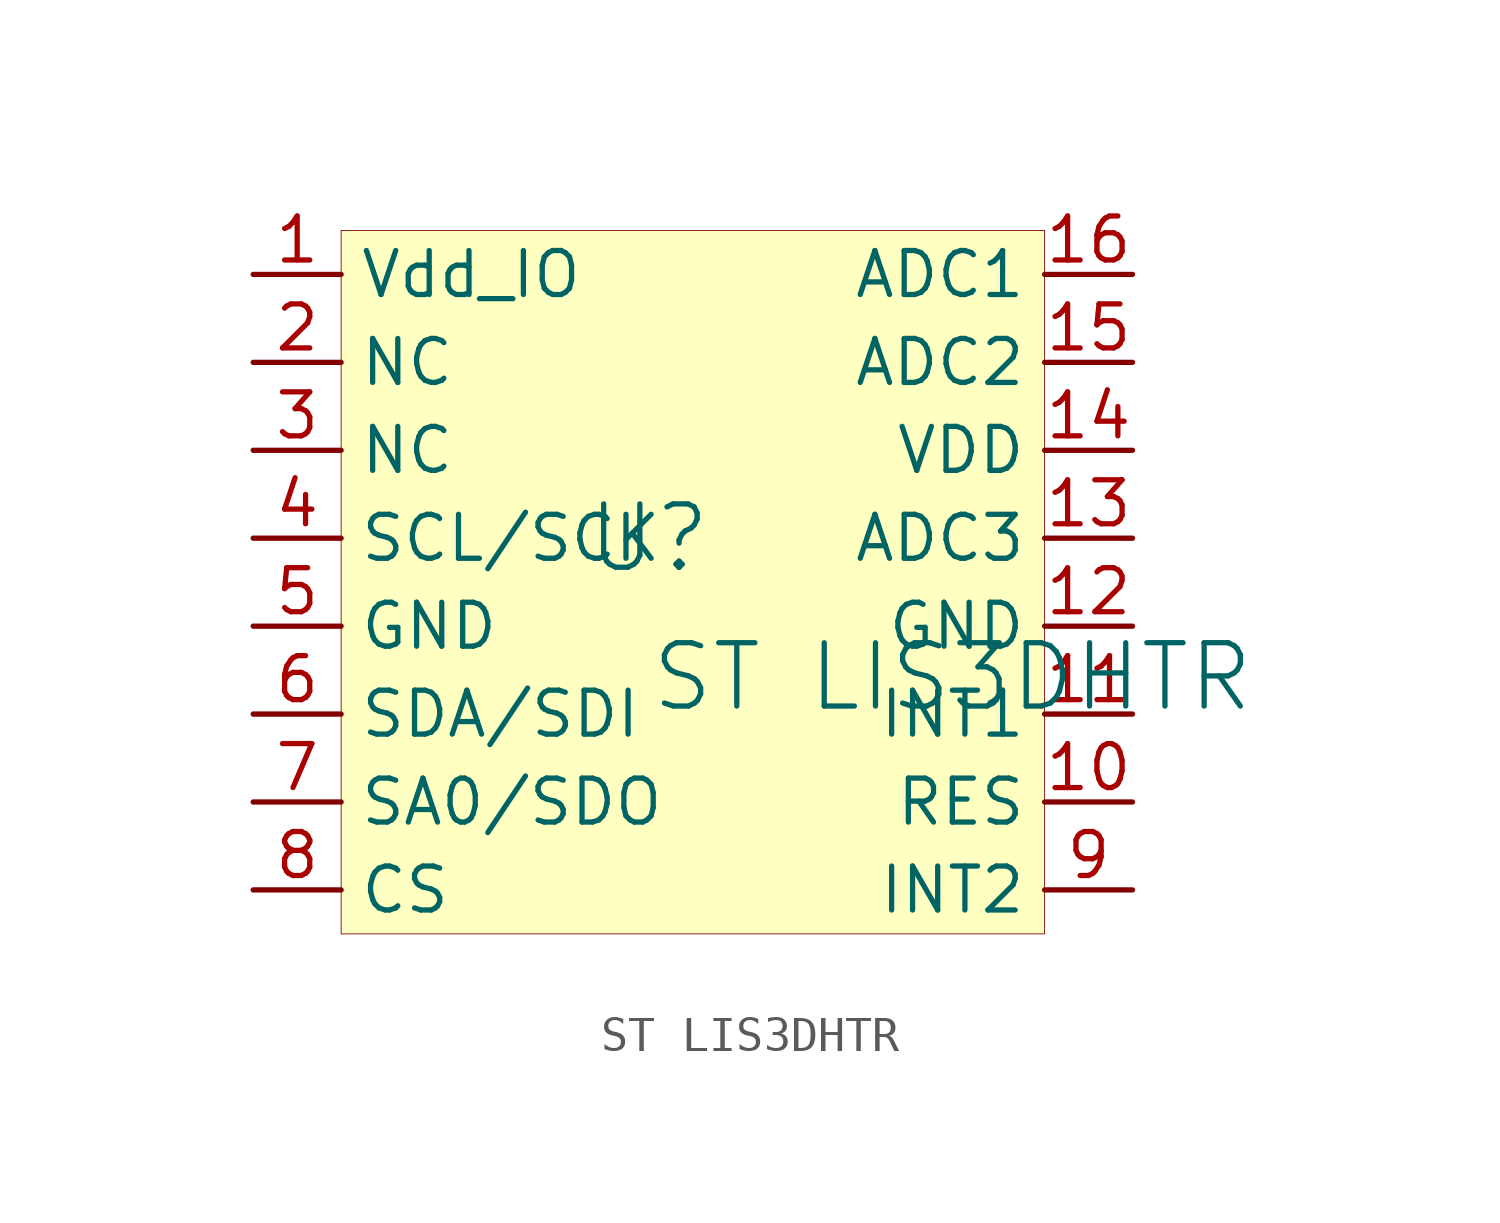
<source format=kicad_sym>
(kicad_symbol_lib
  (version 20241209)
  (generator "kicad_symbol_editor")
  (generator_version "9.0")
  (symbol "ST LIS3DHTR"
    (property "Reference" "U"
      (at -1.27 1.27 0)
      (effects (font (size 1.829 1.829))))
    (property "Value" "ST LIS3DHTR"
      (at -1.27 -3.81 0)
      (effects (font (size 1.829 1.829)) (justify left bottom)))
    (symbol "ST LIS3DHTR_1_0"
      (rectangle (start 10.16 10.16) (end -10.16 -10.16) (stroke (width 0.025) (type solid) (color 128 0 0 1)) (fill (type background)))
      (pin passive line (at -12.7 8.89 0) (length 2.54) (name "Vdd_IO" (effects (font (size 1.27 1.27)))) (number "1" (effects (font (size 1.27 1.27)))))
      (pin passive line (at -12.7 6.35 0) (length 2.54) (name "NC" (effects (font (size 1.27 1.27)))) (number "2" (effects (font (size 1.27 1.27)))))
      (pin passive line (at -12.7 3.81 0) (length 2.54) (name "NC" (effects (font (size 1.27 1.27)))) (number "3" (effects (font (size 1.27 1.27)))))
      (pin passive line (at -12.7 1.27 0) (length 2.54) (name "SCL/SCK" (effects (font (size 1.27 1.27)))) (number "4" (effects (font (size 1.27 1.27)))))
      (pin passive line (at -12.7 -1.27 0) (length 2.54) (name "GND" (effects (font (size 1.27 1.27)))) (number "5" (effects (font (size 1.27 1.27)))))
      (pin passive line (at -12.7 -3.81 0) (length 2.54) (name "SDA/SDI" (effects (font (size 1.27 1.27)))) (number "6" (effects (font (size 1.27 1.27)))))
      (pin passive line (at -12.7 -6.35 0) (length 2.54) (name "SA0/SDO" (effects (font (size 1.27 1.27)))) (number "7" (effects (font (size 1.27 1.27)))))
      (pin passive line (at -12.7 -8.89 0) (length 2.54) (name "CS" (effects (font (size 1.27 1.27)))) (number "8" (effects (font (size 1.27 1.27)))))
      (pin passive line (at 12.7 8.89 180) (length 2.54) (name "ADC1" (effects (font (size 1.27 1.27)))) (number "16" (effects (font (size 1.27 1.27)))))
      (pin passive line (at 12.7 6.35 180) (length 2.54) (name "ADC2" (effects (font (size 1.27 1.27)))) (number "15" (effects (font (size 1.27 1.27)))))
      (pin passive line (at 12.7 3.81 180) (length 2.54) (name "VDD" (effects (font (size 1.27 1.27)))) (number "14" (effects (font (size 1.27 1.27)))))
      (pin passive line (at 12.7 1.27 180) (length 2.54) (name "ADC3" (effects (font (size 1.27 1.27)))) (number "13" (effects (font (size 1.27 1.27)))))
      (pin passive line (at 12.7 -1.27 180) (length 2.54) (name "GND" (effects (font (size 1.27 1.27)))) (number "12" (effects (font (size 1.27 1.27)))))
      (pin passive line (at 12.7 -3.81 180) (length 2.54) (name "INT1" (effects (font (size 1.27 1.27)))) (number "11" (effects (font (size 1.27 1.27)))))
      (pin passive line (at 12.7 -6.35 180) (length 2.54) (name "RES" (effects (font (size 1.27 1.27)))) (number "10" (effects (font (size 1.27 1.27)))))
      (pin passive line (at 12.7 -8.89 180) (length 2.54) (name "INT2" (effects (font (size 1.27 1.27)))) (number "9" (effects (font (size 1.27 1.27))))))))
</source>
